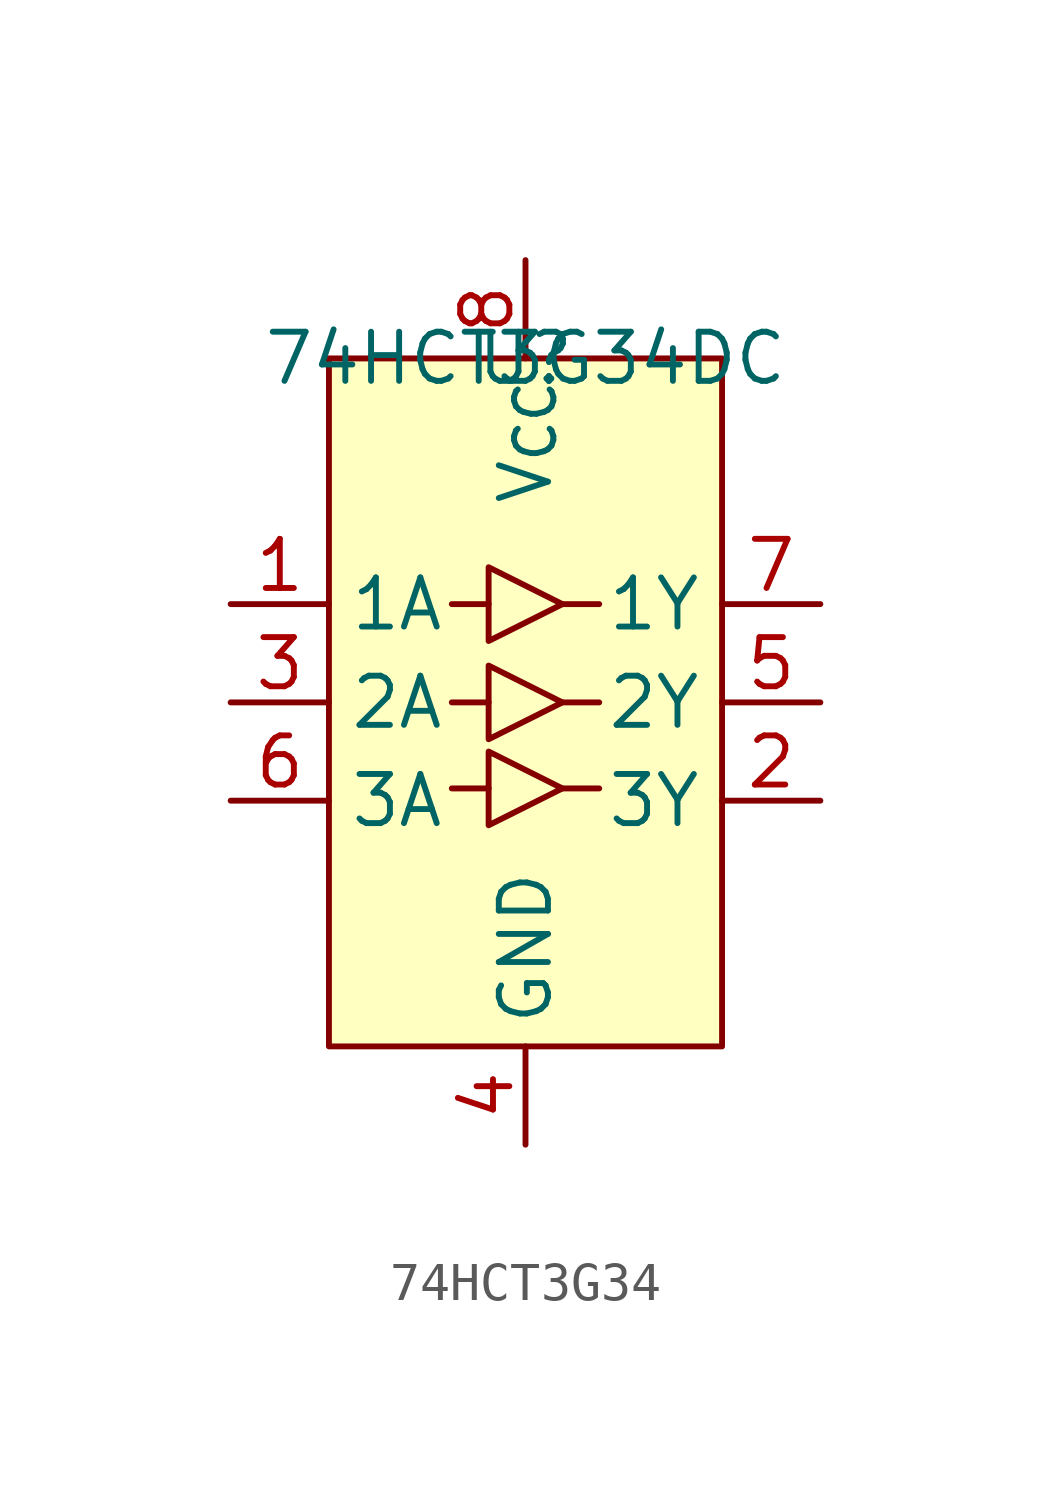
<source format=kicad_sym>
(kicad_symbol_lib
  (version 20231120)
  (generator "kicad_symbol_editor")
  (generator_version "8.0")
  (symbol "74HCT3G34"
    (property "Reference" "U"
      (at 0 0 0)
      (effects (font (size 1.27 1.27))))
    (property "Value" "74HCT3G34DC"
      (at 0 0 0)
      (effects (font (size 1.27 1.27))))
    (symbol "74HCT3G34_1_1"
      (rectangle (start -5.08 0) (end 5.08 -17.78) (stroke (width 0) (type default)) (fill (type background)))
      (polyline (pts (xy -0.953 -11.113) (xy -1.905 -11.113)) (stroke (width 0) (type default)) (fill (type none)))
      (polyline (pts (xy -0.953 -8.89) (xy -1.905 -8.89)) (stroke (width 0) (type default)) (fill (type none)))
      (polyline (pts (xy -0.953 -6.35) (xy -1.905 -6.35)) (stroke (width 0) (type default)) (fill (type none)))
      (polyline (pts (xy 0.953 -11.113) (xy 1.905 -11.113)) (stroke (width 0) (type default)) (fill (type none)))
      (polyline (pts (xy 0.953 -8.89) (xy 1.905 -8.89)) (stroke (width 0) (type default)) (fill (type none)))
      (polyline (pts (xy 0.953 -6.35) (xy 1.905 -6.35)) (stroke (width 0) (type default)) (fill (type none)))
      (polyline (pts (xy -0.953 -10.16) (xy -0.953 -12.065) (xy 0.953 -11.113) (xy -0.953 -10.16)) (stroke (width 0) (type default)) (fill (type none)))
      (polyline (pts (xy -0.953 -7.938) (xy -0.953 -9.842) (xy 0.953 -8.89) (xy -0.953 -7.938)) (stroke (width 0) (type default)) (fill (type none)))
      (polyline (pts (xy -0.953 -5.397) (xy -0.953 -7.303) (xy 0.953 -6.35) (xy -0.953 -5.397)) (stroke (width 0) (type default)) (fill (type none)))
      (pin input line (at -7.62 -6.35 0) (length 2.54) (name "1A" (effects (font (size 1.27 1.27)))) (number "1" (effects (font (size 1.27 1.27)))))
      (pin output line (at 7.62 -11.43 180) (length 2.54) (name "3Y" (effects (font (size 1.27 1.27)))) (number "2" (effects (font (size 1.27 1.27)))))
      (pin input line (at -7.62 -8.89 0) (length 2.54) (name "2A" (effects (font (size 1.27 1.27)))) (number "3" (effects (font (size 1.27 1.27)))))
      (pin passive line (at 0 -20.32 90) (length 2.54) (name "GND" (effects (font (size 1.27 1.27)))) (number "4" (effects (font (size 1.27 1.27)))))
      (pin output line (at 7.62 -8.89 180) (length 2.54) (name "2Y" (effects (font (size 1.27 1.27)))) (number "5" (effects (font (size 1.27 1.27)))))
      (pin input line (at -7.62 -11.43 0) (length 2.54) (name "3A" (effects (font (size 1.27 1.27)))) (number "6" (effects (font (size 1.27 1.27)))))
      (pin output line (at 7.62 -6.35 180) (length 2.54) (name "1Y" (effects (font (size 1.27 1.27)))) (number "7" (effects (font (size 1.27 1.27)))))
      (pin power_in line (at 0 2.54 270) (length 2.54) (name "V_{CC}" (effects (font (size 1.27 1.27)))) (number "8" (effects (font (size 1.27 1.27))))))))
</source>
